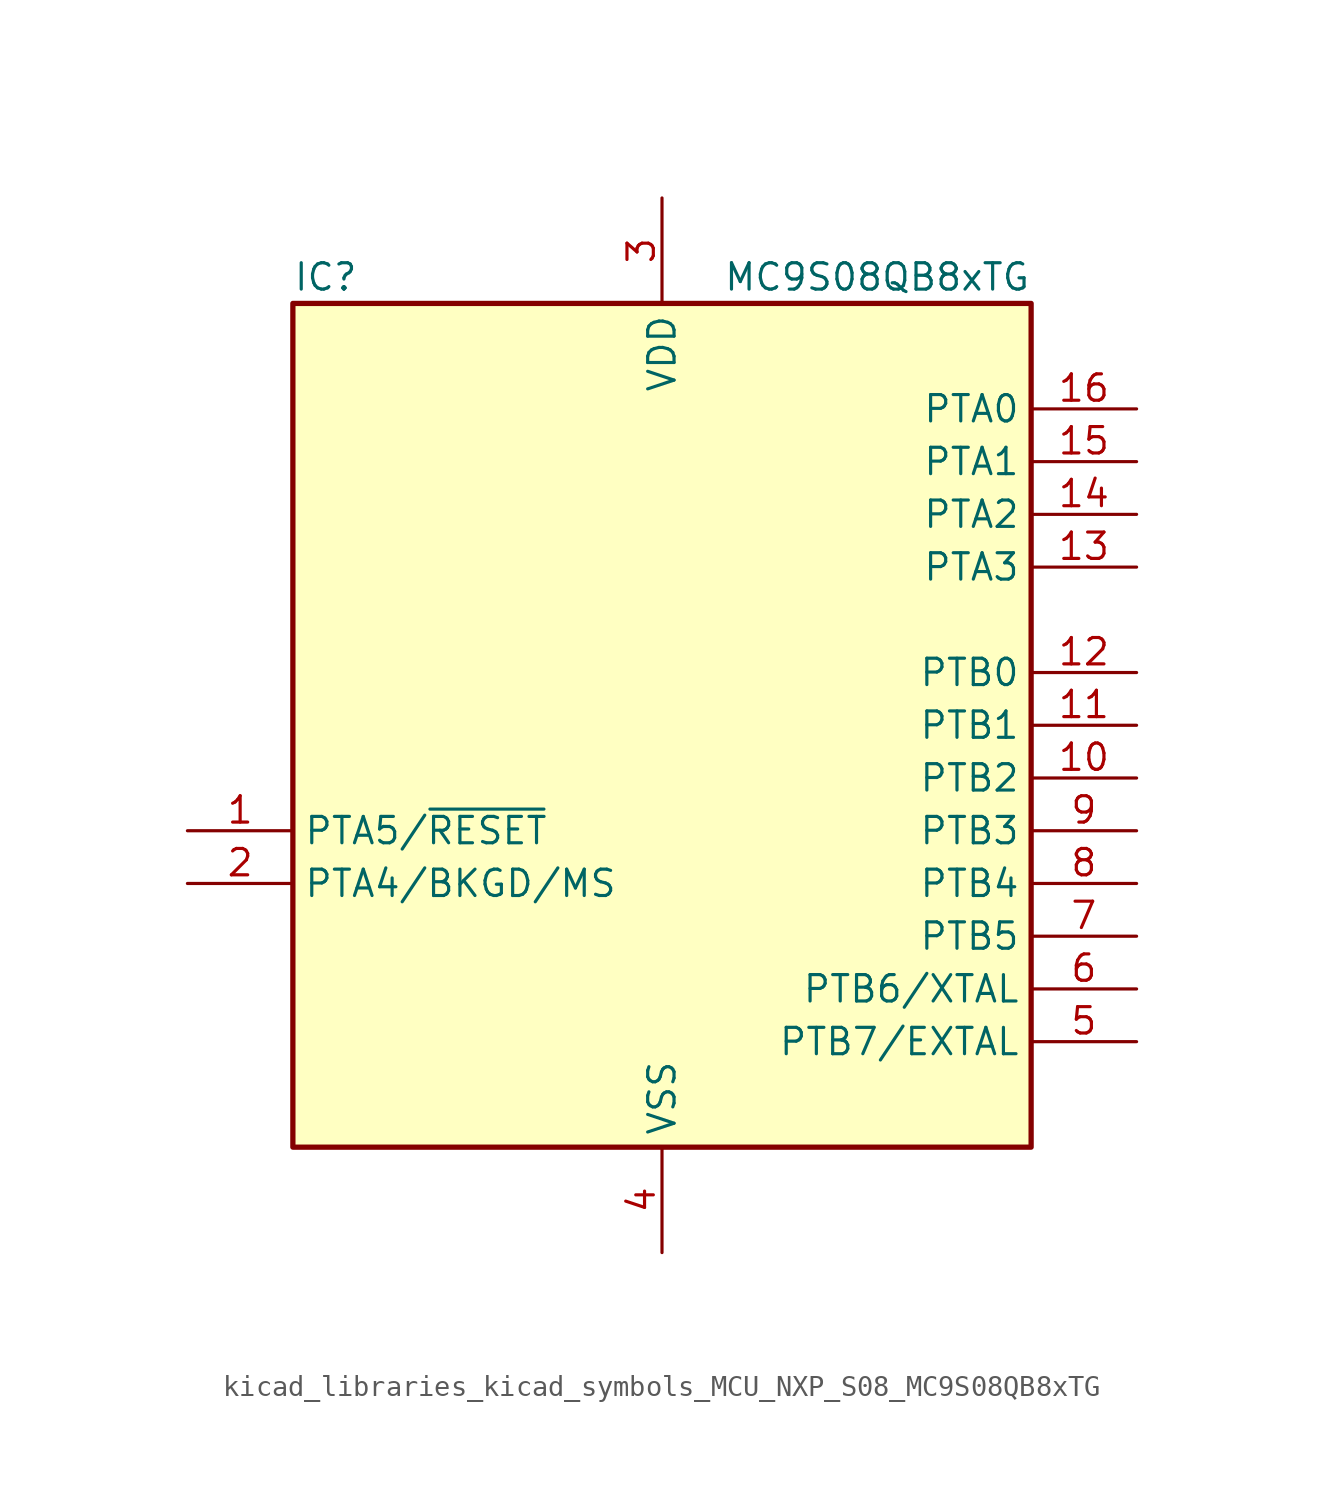
<source format=kicad_sym>
(kicad_symbol_lib
  (version 20220914)
  (generator kicad_symbol_editor)
  (symbol "kicad_libraries_kicad_symbols_MCU_NXP_S08_MC9S08QB8xTG"
    (property "Reference" "IC"
      (at -17.78 21.59 0)
      (effects (font (size 1.27 1.27)) (justify left)))
    (property "Value" "MC9S08QB8xTG"
      (at 17.78 21.59 0)
      (effects (font (size 1.27 1.27)) (justify right)))
    (symbol "kicad_libraries_kicad_symbols_MCU_NXP_S08_MC9S08QB8xTG_0_1"
      (rectangle (start -17.78 20.32) (end 17.78 -20.32) (stroke (width 0.254) (type default)) (fill (type background))))
    (symbol "kicad_libraries_kicad_symbols_MCU_NXP_S08_MC9S08QB8xTG_1_1"
      (pin bidirectional line (at -22.86 -5.08 0) (length 5.08) (name "PTA5/~{RESET}" (effects (font (size 1.27 1.27)))) (number "1" (effects (font (size 1.27 1.27)))))
      (pin bidirectional line (at 22.86 -2.54 180) (length 5.08) (name "PTB2" (effects (font (size 1.27 1.27)))) (number "10" (effects (font (size 1.27 1.27)))))
      (pin bidirectional line (at 22.86 0 180) (length 5.08) (name "PTB1" (effects (font (size 1.27 1.27)))) (number "11" (effects (font (size 1.27 1.27)))))
      (pin bidirectional line (at 22.86 2.54 180) (length 5.08) (name "PTB0" (effects (font (size 1.27 1.27)))) (number "12" (effects (font (size 1.27 1.27)))))
      (pin bidirectional line (at 22.86 7.62 180) (length 5.08) (name "PTA3" (effects (font (size 1.27 1.27)))) (number "13" (effects (font (size 1.27 1.27)))))
      (pin bidirectional line (at 22.86 10.16 180) (length 5.08) (name "PTA2" (effects (font (size 1.27 1.27)))) (number "14" (effects (font (size 1.27 1.27)))))
      (pin bidirectional line (at 22.86 12.7 180) (length 5.08) (name "PTA1" (effects (font (size 1.27 1.27)))) (number "15" (effects (font (size 1.27 1.27)))))
      (pin bidirectional line (at 22.86 15.24 180) (length 5.08) (name "PTA0" (effects (font (size 1.27 1.27)))) (number "16" (effects (font (size 1.27 1.27)))))
      (pin bidirectional line (at -22.86 -7.62 0) (length 5.08) (name "PTA4/BKGD/MS" (effects (font (size 1.27 1.27)))) (number "2" (effects (font (size 1.27 1.27)))))
      (pin power_in line (at 0 25.4 270) (length 5.08) (name "VDD" (effects (font (size 1.27 1.27)))) (number "3" (effects (font (size 1.27 1.27)))))
      (pin power_in line (at 0 -25.4 90) (length 5.08) (name "VSS" (effects (font (size 1.27 1.27)))) (number "4" (effects (font (size 1.27 1.27)))))
      (pin bidirectional line (at 22.86 -15.24 180) (length 5.08) (name "PTB7/EXTAL" (effects (font (size 1.27 1.27)))) (number "5" (effects (font (size 1.27 1.27)))))
      (pin bidirectional line (at 22.86 -12.7 180) (length 5.08) (name "PTB6/XTAL" (effects (font (size 1.27 1.27)))) (number "6" (effects (font (size 1.27 1.27)))))
      (pin bidirectional line (at 22.86 -10.16 180) (length 5.08) (name "PTB5" (effects (font (size 1.27 1.27)))) (number "7" (effects (font (size 1.27 1.27)))))
      (pin bidirectional line (at 22.86 -7.62 180) (length 5.08) (name "PTB4" (effects (font (size 1.27 1.27)))) (number "8" (effects (font (size 1.27 1.27)))))
      (pin bidirectional line (at 22.86 -5.08 180) (length 5.08) (name "PTB3" (effects (font (size 1.27 1.27)))) (number "9" (effects (font (size 1.27 1.27))))))))
</source>
